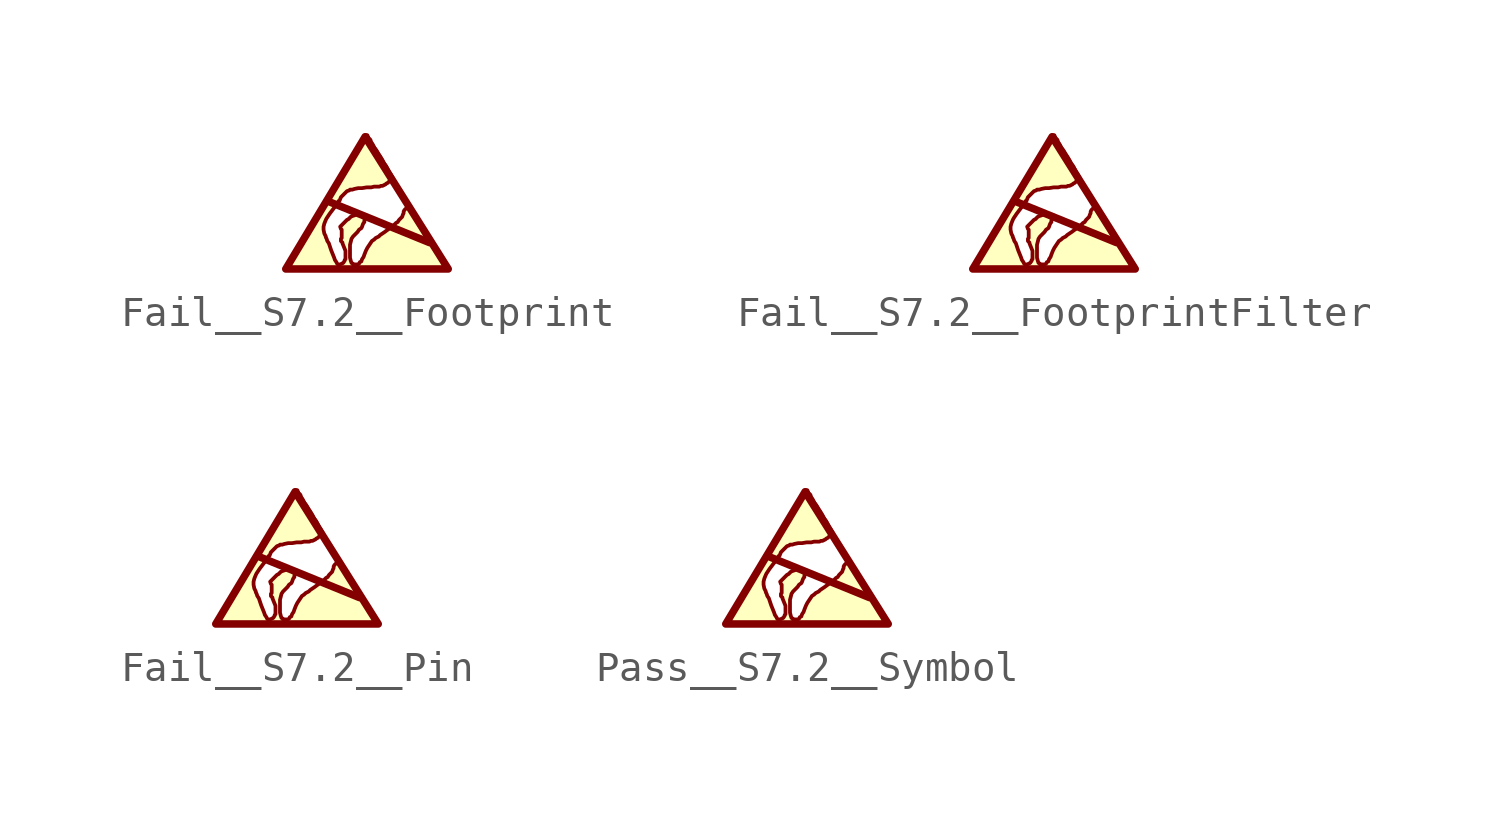
<source format=kicad_sym>
(kicad_symbol_lib
  (version 20211014)
  (generator kicad_symbol_editor)
  (symbol "Fail__S7.2__Footprint"
    (pin_names
      (offset 1.016))
    (property "Reference" "#SYM"
      (at 0 3.556 0)
      (effects (font (size 1.27 1.27)) hide))
    (symbol "Fail__S7.2__Footprint_0_0"
      (polyline (pts (xy -1.27 0.381) (xy 2.159 -1.016)) (stroke (width 0.254) (type default) (color 0 0 0 0)) (fill (type none)))
      (polyline (pts (xy -2.667 -1.905) (xy 2.794 -1.905) (xy 0 2.54) (xy -2.667 -1.905)) (stroke (width 0.254) (type default) (color 0 0 0 0)) (fill (type none)))
      (polyline (pts (xy 2.743 -1.905) (xy 2.718 -1.88) (xy 2.616 -1.676) (xy 2.565 -1.6) (xy 2.489 -1.499) (xy 2.438 -1.372) (xy 1.753 -0.229) (xy 1.702 -0.127) (xy 1.626 -0.051) (xy 1.6 0.051) (xy 1.549 0.102) (xy 1.499 0.203) (xy 1.473 0.229) (xy 1.473 0.203) (xy 1.448 0.203) (xy 1.321 0.076) (xy 1.295 0.025) (xy 1.295 -0.025) (xy 1.27 -0.076) (xy 1.245 -0.152) (xy 1.143 -0.254) (xy 1.092 -0.33) (xy 1.041 -0.356) (xy 0.914 -0.483) (xy 0.762 -0.584) (xy 0.66 -0.66) (xy 0.508 -0.762) (xy 0.457 -0.813) (xy 0.356 -0.864) (xy 0.305 -0.914) (xy 0.229 -0.965) (xy 0.076 -1.194) (xy 0.025 -1.295) (xy -0.025 -1.422) (xy -0.051 -1.499) (xy -0.102 -1.575) (xy -0.127 -1.651) (xy -0.178 -1.676) (xy -0.203 -1.727) (xy -0.254 -1.753) (xy -0.406 -1.753) (xy -0.406 -1.727) (xy -0.457 -1.702) (xy -0.483 -1.626) (xy -0.508 -1.524) (xy -0.508 -1.092) (xy -0.457 -0.889) (xy -0.406 -0.813) (xy -0.254 -0.66) (xy -0.203 -0.584) (xy -0.127 -0.533) (xy -0.102 -0.483) (xy -0.076 -0.406) (xy -0.051 -0.356) (xy -0.025 -0.33) (xy -0.025 -0.279) (xy 0 -0.229) (xy -0.076 -0.152) (xy -0.127 -0.127) (xy -0.152 -0.076) (xy -0.203 -0.051) (xy -0.229 -0.025) (xy -0.254 -0.025) (xy -0.305 -0.076) (xy -0.356 -0.102) (xy -0.432 -0.127) (xy -0.483 -0.152) (xy -0.559 -0.229) (xy -0.61 -0.254) (xy -0.838 -0.483) (xy -0.813 -0.559) (xy -0.787 -0.584) (xy -0.787 -0.864) (xy -0.813 -0.889) (xy -0.813 -0.965) (xy -0.762 -1.016) (xy -0.762 -1.041) (xy -0.66 -1.295) (xy -0.66 -1.575) (xy -0.686 -1.6) (xy -0.686 -1.626) (xy -0.737 -1.702) (xy -0.838 -1.753) (xy -0.914 -1.753) (xy -0.94 -1.727) (xy -0.965 -1.676) (xy -1.016 -1.6) (xy -1.041 -1.524) (xy -1.143 -1.27) (xy -1.219 -1.041) (xy -1.27 -0.965) (xy -1.295 -0.889) (xy -1.321 -0.838) (xy -1.321 -0.813) (xy -1.372 -0.711) (xy -1.397 -0.584) (xy -1.397 -0.483) (xy -1.372 -0.381) (xy -1.321 -0.254) (xy -1.295 -0.203) (xy -1.194 -0.051) (xy -1.041 0.152) (xy -0.991 0.203) (xy -0.965 0.254) (xy -0.914 0.33) (xy -0.889 0.381) (xy -0.864 0.381) (xy -0.813 0.508) (xy -0.61 0.711) (xy -0.533 0.737) (xy -0.508 0.762) (xy -0.432 0.762) (xy -0.356 0.787) (xy -0.229 0.813) (xy -0.102 0.813) (xy 0.051 0.838) (xy 0.203 0.838) (xy 0.305 0.864) (xy 0.483 0.864) (xy 0.533 0.889) (xy 0.584 0.889) (xy 0.686 0.94) (xy 0.711 0.965) (xy 0.762 0.991) (xy 0.813 1.041) (xy 0.864 1.067) (xy 0.889 1.118) (xy 0.914 1.143) (xy 0.914 1.194) (xy 0.889 1.219) (xy 0.864 1.27) (xy 0.813 1.346) (xy 0.711 1.549) (xy 0.635 1.651) (xy 0.584 1.753) (xy 0.508 1.88) (xy 0.457 1.956) (xy 0.381 2.083) (xy 0.305 2.184) (xy 0.254 2.286) (xy 0.203 2.362) (xy 0.178 2.438) (xy 0.102 2.515) (xy 0.102 2.54) (xy 0.076 2.565) (xy 0.076 2.591) (xy 0.025 2.591) (xy 0.025 2.565) (xy -0.025 2.515) (xy -0.102 2.362) (xy -0.254 2.134) (xy -0.305 2.032) (xy -0.457 1.778) (xy -0.559 1.626) (xy -0.762 1.27) (xy -0.889 1.067) (xy -1.016 0.838) (xy -1.168 0.61) (xy -1.321 0.33) (xy -1.397 0.203) (xy -1.524 -0.025) (xy -1.778 -0.432) (xy -1.88 -0.635) (xy -2.007 -0.813) (xy -2.108 -0.991) (xy -2.21 -1.143) (xy -2.286 -1.295) (xy -2.438 -1.549) (xy -2.489 -1.651) (xy -2.565 -1.753) (xy -2.591 -1.829) (xy -2.616 -1.88) (xy -2.642 -1.905) (xy -2.642 -1.93) (xy 2.743 -1.93) (xy 2.743 -1.905)) (stroke (width 0.127) (type default) (color 0 0 0 0)) (fill (type background)))))
  (symbol "Fail__S7.2__FootprintFilter"
    (pin_names
      (offset 1.016))
    (property "Reference" "#SYM"
      (at 0 3.556 0)
      (effects (font (size 1.27 1.27)) hide))
    (symbol "Fail__S7.2__FootprintFilter_0_0"
      (polyline (pts (xy -1.27 0.381) (xy 2.159 -1.016)) (stroke (width 0.254) (type default) (color 0 0 0 0)) (fill (type none)))
      (polyline (pts (xy -2.667 -1.905) (xy 2.794 -1.905) (xy 0 2.54) (xy -2.667 -1.905)) (stroke (width 0.254) (type default) (color 0 0 0 0)) (fill (type none)))
      (polyline (pts (xy 2.743 -1.905) (xy 2.718 -1.88) (xy 2.616 -1.676) (xy 2.565 -1.6) (xy 2.489 -1.499) (xy 2.438 -1.372) (xy 1.753 -0.229) (xy 1.702 -0.127) (xy 1.626 -0.051) (xy 1.6 0.051) (xy 1.549 0.102) (xy 1.499 0.203) (xy 1.473 0.229) (xy 1.473 0.203) (xy 1.448 0.203) (xy 1.321 0.076) (xy 1.295 0.025) (xy 1.295 -0.025) (xy 1.27 -0.076) (xy 1.245 -0.152) (xy 1.143 -0.254) (xy 1.092 -0.33) (xy 1.041 -0.356) (xy 0.914 -0.483) (xy 0.762 -0.584) (xy 0.66 -0.66) (xy 0.508 -0.762) (xy 0.457 -0.813) (xy 0.356 -0.864) (xy 0.305 -0.914) (xy 0.229 -0.965) (xy 0.076 -1.194) (xy 0.025 -1.295) (xy -0.025 -1.422) (xy -0.051 -1.499) (xy -0.102 -1.575) (xy -0.127 -1.651) (xy -0.178 -1.676) (xy -0.203 -1.727) (xy -0.254 -1.753) (xy -0.406 -1.753) (xy -0.406 -1.727) (xy -0.457 -1.702) (xy -0.483 -1.626) (xy -0.508 -1.524) (xy -0.508 -1.092) (xy -0.457 -0.889) (xy -0.406 -0.813) (xy -0.254 -0.66) (xy -0.203 -0.584) (xy -0.127 -0.533) (xy -0.102 -0.483) (xy -0.076 -0.406) (xy -0.051 -0.356) (xy -0.025 -0.33) (xy -0.025 -0.279) (xy 0 -0.229) (xy -0.076 -0.152) (xy -0.127 -0.127) (xy -0.152 -0.076) (xy -0.203 -0.051) (xy -0.229 -0.025) (xy -0.254 -0.025) (xy -0.305 -0.076) (xy -0.356 -0.102) (xy -0.432 -0.127) (xy -0.483 -0.152) (xy -0.559 -0.229) (xy -0.61 -0.254) (xy -0.838 -0.483) (xy -0.813 -0.559) (xy -0.787 -0.584) (xy -0.787 -0.864) (xy -0.813 -0.889) (xy -0.813 -0.965) (xy -0.762 -1.016) (xy -0.762 -1.041) (xy -0.66 -1.295) (xy -0.66 -1.575) (xy -0.686 -1.6) (xy -0.686 -1.626) (xy -0.737 -1.702) (xy -0.838 -1.753) (xy -0.914 -1.753) (xy -0.94 -1.727) (xy -0.965 -1.676) (xy -1.016 -1.6) (xy -1.041 -1.524) (xy -1.143 -1.27) (xy -1.219 -1.041) (xy -1.27 -0.965) (xy -1.295 -0.889) (xy -1.321 -0.838) (xy -1.321 -0.813) (xy -1.372 -0.711) (xy -1.397 -0.584) (xy -1.397 -0.483) (xy -1.372 -0.381) (xy -1.321 -0.254) (xy -1.295 -0.203) (xy -1.194 -0.051) (xy -1.041 0.152) (xy -0.991 0.203) (xy -0.965 0.254) (xy -0.914 0.33) (xy -0.889 0.381) (xy -0.864 0.381) (xy -0.813 0.508) (xy -0.61 0.711) (xy -0.533 0.737) (xy -0.508 0.762) (xy -0.432 0.762) (xy -0.356 0.787) (xy -0.229 0.813) (xy -0.102 0.813) (xy 0.051 0.838) (xy 0.203 0.838) (xy 0.305 0.864) (xy 0.483 0.864) (xy 0.533 0.889) (xy 0.584 0.889) (xy 0.686 0.94) (xy 0.711 0.965) (xy 0.762 0.991) (xy 0.813 1.041) (xy 0.864 1.067) (xy 0.889 1.118) (xy 0.914 1.143) (xy 0.914 1.194) (xy 0.889 1.219) (xy 0.864 1.27) (xy 0.813 1.346) (xy 0.711 1.549) (xy 0.635 1.651) (xy 0.584 1.753) (xy 0.508 1.88) (xy 0.457 1.956) (xy 0.381 2.083) (xy 0.305 2.184) (xy 0.254 2.286) (xy 0.203 2.362) (xy 0.178 2.438) (xy 0.102 2.515) (xy 0.102 2.54) (xy 0.076 2.565) (xy 0.076 2.591) (xy 0.025 2.591) (xy 0.025 2.565) (xy -0.025 2.515) (xy -0.102 2.362) (xy -0.254 2.134) (xy -0.305 2.032) (xy -0.457 1.778) (xy -0.559 1.626) (xy -0.762 1.27) (xy -0.889 1.067) (xy -1.016 0.838) (xy -1.168 0.61) (xy -1.321 0.33) (xy -1.397 0.203) (xy -1.524 -0.025) (xy -1.778 -0.432) (xy -1.88 -0.635) (xy -2.007 -0.813) (xy -2.108 -0.991) (xy -2.21 -1.143) (xy -2.286 -1.295) (xy -2.438 -1.549) (xy -2.489 -1.651) (xy -2.565 -1.753) (xy -2.591 -1.829) (xy -2.616 -1.88) (xy -2.642 -1.905) (xy -2.642 -1.93) (xy 2.743 -1.93) (xy 2.743 -1.905)) (stroke (width 0.127) (type default) (color 0 0 0 0)) (fill (type background)))))
  (symbol "Fail__S7.2__Pin"
    (pin_names
      (offset 1.016))
    (property "Reference" "#SYM"
      (at 0 3.556 0)
      (effects (font (size 1.27 1.27)) hide))
    (symbol "Fail__S7.2__Pin_0_0"
      (polyline (pts (xy -1.27 0.381) (xy 2.159 -1.016)) (stroke (width 0.254) (type default) (color 0 0 0 0)) (fill (type none)))
      (polyline (pts (xy -2.667 -1.905) (xy 2.794 -1.905) (xy 0 2.54) (xy -2.667 -1.905)) (stroke (width 0.254) (type default) (color 0 0 0 0)) (fill (type none)))
      (polyline (pts (xy 2.743 -1.905) (xy 2.718 -1.88) (xy 2.616 -1.676) (xy 2.565 -1.6) (xy 2.489 -1.499) (xy 2.438 -1.372) (xy 1.753 -0.229) (xy 1.702 -0.127) (xy 1.626 -0.051) (xy 1.6 0.051) (xy 1.549 0.102) (xy 1.499 0.203) (xy 1.473 0.229) (xy 1.473 0.203) (xy 1.448 0.203) (xy 1.321 0.076) (xy 1.295 0.025) (xy 1.295 -0.025) (xy 1.27 -0.076) (xy 1.245 -0.152) (xy 1.143 -0.254) (xy 1.092 -0.33) (xy 1.041 -0.356) (xy 0.914 -0.483) (xy 0.762 -0.584) (xy 0.66 -0.66) (xy 0.508 -0.762) (xy 0.457 -0.813) (xy 0.356 -0.864) (xy 0.305 -0.914) (xy 0.229 -0.965) (xy 0.076 -1.194) (xy 0.025 -1.295) (xy -0.025 -1.422) (xy -0.051 -1.499) (xy -0.102 -1.575) (xy -0.127 -1.651) (xy -0.178 -1.676) (xy -0.203 -1.727) (xy -0.254 -1.753) (xy -0.406 -1.753) (xy -0.406 -1.727) (xy -0.457 -1.702) (xy -0.483 -1.626) (xy -0.508 -1.524) (xy -0.508 -1.092) (xy -0.457 -0.889) (xy -0.406 -0.813) (xy -0.254 -0.66) (xy -0.203 -0.584) (xy -0.127 -0.533) (xy -0.102 -0.483) (xy -0.076 -0.406) (xy -0.051 -0.356) (xy -0.025 -0.33) (xy -0.025 -0.279) (xy 0 -0.229) (xy -0.076 -0.152) (xy -0.127 -0.127) (xy -0.152 -0.076) (xy -0.203 -0.051) (xy -0.229 -0.025) (xy -0.254 -0.025) (xy -0.305 -0.076) (xy -0.356 -0.102) (xy -0.432 -0.127) (xy -0.483 -0.152) (xy -0.559 -0.229) (xy -0.61 -0.254) (xy -0.838 -0.483) (xy -0.813 -0.559) (xy -0.787 -0.584) (xy -0.787 -0.864) (xy -0.813 -0.889) (xy -0.813 -0.965) (xy -0.762 -1.016) (xy -0.762 -1.041) (xy -0.66 -1.295) (xy -0.66 -1.575) (xy -0.686 -1.6) (xy -0.686 -1.626) (xy -0.737 -1.702) (xy -0.838 -1.753) (xy -0.914 -1.753) (xy -0.94 -1.727) (xy -0.965 -1.676) (xy -1.016 -1.6) (xy -1.041 -1.524) (xy -1.143 -1.27) (xy -1.219 -1.041) (xy -1.27 -0.965) (xy -1.295 -0.889) (xy -1.321 -0.838) (xy -1.321 -0.813) (xy -1.372 -0.711) (xy -1.397 -0.584) (xy -1.397 -0.483) (xy -1.372 -0.381) (xy -1.321 -0.254) (xy -1.295 -0.203) (xy -1.194 -0.051) (xy -1.041 0.152) (xy -0.991 0.203) (xy -0.965 0.254) (xy -0.914 0.33) (xy -0.889 0.381) (xy -0.864 0.381) (xy -0.813 0.508) (xy -0.61 0.711) (xy -0.533 0.737) (xy -0.508 0.762) (xy -0.432 0.762) (xy -0.356 0.787) (xy -0.229 0.813) (xy -0.102 0.813) (xy 0.051 0.838) (xy 0.203 0.838) (xy 0.305 0.864) (xy 0.483 0.864) (xy 0.533 0.889) (xy 0.584 0.889) (xy 0.686 0.94) (xy 0.711 0.965) (xy 0.762 0.991) (xy 0.813 1.041) (xy 0.864 1.067) (xy 0.889 1.118) (xy 0.914 1.143) (xy 0.914 1.194) (xy 0.889 1.219) (xy 0.864 1.27) (xy 0.813 1.346) (xy 0.711 1.549) (xy 0.635 1.651) (xy 0.584 1.753) (xy 0.508 1.88) (xy 0.457 1.956) (xy 0.381 2.083) (xy 0.305 2.184) (xy 0.254 2.286) (xy 0.203 2.362) (xy 0.178 2.438) (xy 0.102 2.515) (xy 0.102 2.54) (xy 0.076 2.565) (xy 0.076 2.591) (xy 0.025 2.591) (xy 0.025 2.565) (xy -0.025 2.515) (xy -0.102 2.362) (xy -0.254 2.134) (xy -0.305 2.032) (xy -0.457 1.778) (xy -0.559 1.626) (xy -0.762 1.27) (xy -0.889 1.067) (xy -1.016 0.838) (xy -1.168 0.61) (xy -1.321 0.33) (xy -1.397 0.203) (xy -1.524 -0.025) (xy -1.778 -0.432) (xy -1.88 -0.635) (xy -2.007 -0.813) (xy -2.108 -0.991) (xy -2.21 -1.143) (xy -2.286 -1.295) (xy -2.438 -1.549) (xy -2.489 -1.651) (xy -2.565 -1.753) (xy -2.591 -1.829) (xy -2.616 -1.88) (xy -2.642 -1.905) (xy -2.642 -1.93) (xy 2.743 -1.93) (xy 2.743 -1.905)) (stroke (width 0.127) (type default) (color 0 0 0 0)) (fill (type background))))
    (symbol "Fail__S7.2__Pin_1_1"
      (pin power_in line (at 0 0 90) (length 0) hide (name "A" (effects (font (size 1.27 1.27)))) (number "1" (effects (font (size 1.27 1.27)))))))
  (symbol "Pass__S7.2__Symbol"
    (pin_names
      (offset 1.016))
    (property "Reference" "#SYM"
      (at 0 3.556 0)
      (effects (font (size 1.27 1.27)) hide))
    (symbol "Pass__S7.2__Symbol_0_0"
      (polyline (pts (xy -1.27 0.381) (xy 2.159 -1.016)) (stroke (width 0.254) (type default) (color 0 0 0 0)) (fill (type none)))
      (polyline (pts (xy -2.667 -1.905) (xy 2.794 -1.905) (xy 0 2.54) (xy -2.667 -1.905)) (stroke (width 0.254) (type default) (color 0 0 0 0)) (fill (type none)))
      (polyline (pts (xy 2.743 -1.905) (xy 2.718 -1.88) (xy 2.616 -1.676) (xy 2.565 -1.6) (xy 2.489 -1.499) (xy 2.438 -1.372) (xy 1.753 -0.229) (xy 1.702 -0.127) (xy 1.626 -0.051) (xy 1.6 0.051) (xy 1.549 0.102) (xy 1.499 0.203) (xy 1.473 0.229) (xy 1.473 0.203) (xy 1.448 0.203) (xy 1.321 0.076) (xy 1.295 0.025) (xy 1.295 -0.025) (xy 1.27 -0.076) (xy 1.245 -0.152) (xy 1.143 -0.254) (xy 1.092 -0.33) (xy 1.041 -0.356) (xy 0.914 -0.483) (xy 0.762 -0.584) (xy 0.66 -0.66) (xy 0.508 -0.762) (xy 0.457 -0.813) (xy 0.356 -0.864) (xy 0.305 -0.914) (xy 0.229 -0.965) (xy 0.076 -1.194) (xy 0.025 -1.295) (xy -0.025 -1.422) (xy -0.051 -1.499) (xy -0.102 -1.575) (xy -0.127 -1.651) (xy -0.178 -1.676) (xy -0.203 -1.727) (xy -0.254 -1.753) (xy -0.406 -1.753) (xy -0.406 -1.727) (xy -0.457 -1.702) (xy -0.483 -1.626) (xy -0.508 -1.524) (xy -0.508 -1.092) (xy -0.457 -0.889) (xy -0.406 -0.813) (xy -0.254 -0.66) (xy -0.203 -0.584) (xy -0.127 -0.533) (xy -0.102 -0.483) (xy -0.076 -0.406) (xy -0.051 -0.356) (xy -0.025 -0.33) (xy -0.025 -0.279) (xy 0 -0.229) (xy -0.076 -0.152) (xy -0.127 -0.127) (xy -0.152 -0.076) (xy -0.203 -0.051) (xy -0.229 -0.025) (xy -0.254 -0.025) (xy -0.305 -0.076) (xy -0.356 -0.102) (xy -0.432 -0.127) (xy -0.483 -0.152) (xy -0.559 -0.229) (xy -0.61 -0.254) (xy -0.838 -0.483) (xy -0.813 -0.559) (xy -0.787 -0.584) (xy -0.787 -0.864) (xy -0.813 -0.889) (xy -0.813 -0.965) (xy -0.762 -1.016) (xy -0.762 -1.041) (xy -0.66 -1.295) (xy -0.66 -1.575) (xy -0.686 -1.6) (xy -0.686 -1.626) (xy -0.737 -1.702) (xy -0.838 -1.753) (xy -0.914 -1.753) (xy -0.94 -1.727) (xy -0.965 -1.676) (xy -1.016 -1.6) (xy -1.041 -1.524) (xy -1.143 -1.27) (xy -1.219 -1.041) (xy -1.27 -0.965) (xy -1.295 -0.889) (xy -1.321 -0.838) (xy -1.321 -0.813) (xy -1.372 -0.711) (xy -1.397 -0.584) (xy -1.397 -0.483) (xy -1.372 -0.381) (xy -1.321 -0.254) (xy -1.295 -0.203) (xy -1.194 -0.051) (xy -1.041 0.152) (xy -0.991 0.203) (xy -0.965 0.254) (xy -0.914 0.33) (xy -0.889 0.381) (xy -0.864 0.381) (xy -0.813 0.508) (xy -0.61 0.711) (xy -0.533 0.737) (xy -0.508 0.762) (xy -0.432 0.762) (xy -0.356 0.787) (xy -0.229 0.813) (xy -0.102 0.813) (xy 0.051 0.838) (xy 0.203 0.838) (xy 0.305 0.864) (xy 0.483 0.864) (xy 0.533 0.889) (xy 0.584 0.889) (xy 0.686 0.94) (xy 0.711 0.965) (xy 0.762 0.991) (xy 0.813 1.041) (xy 0.864 1.067) (xy 0.889 1.118) (xy 0.914 1.143) (xy 0.914 1.194) (xy 0.889 1.219) (xy 0.864 1.27) (xy 0.813 1.346) (xy 0.711 1.549) (xy 0.635 1.651) (xy 0.584 1.753) (xy 0.508 1.88) (xy 0.457 1.956) (xy 0.381 2.083) (xy 0.305 2.184) (xy 0.254 2.286) (xy 0.203 2.362) (xy 0.178 2.438) (xy 0.102 2.515) (xy 0.102 2.54) (xy 0.076 2.565) (xy 0.076 2.591) (xy 0.025 2.591) (xy 0.025 2.565) (xy -0.025 2.515) (xy -0.102 2.362) (xy -0.254 2.134) (xy -0.305 2.032) (xy -0.457 1.778) (xy -0.559 1.626) (xy -0.762 1.27) (xy -0.889 1.067) (xy -1.016 0.838) (xy -1.168 0.61) (xy -1.321 0.33) (xy -1.397 0.203) (xy -1.524 -0.025) (xy -1.778 -0.432) (xy -1.88 -0.635) (xy -2.007 -0.813) (xy -2.108 -0.991) (xy -2.21 -1.143) (xy -2.286 -1.295) (xy -2.438 -1.549) (xy -2.489 -1.651) (xy -2.565 -1.753) (xy -2.591 -1.829) (xy -2.616 -1.88) (xy -2.642 -1.905) (xy -2.642 -1.93) (xy 2.743 -1.93) (xy 2.743 -1.905)) (stroke (width 0.127) (type default) (color 0 0 0 0)) (fill (type background))))))
</source>
